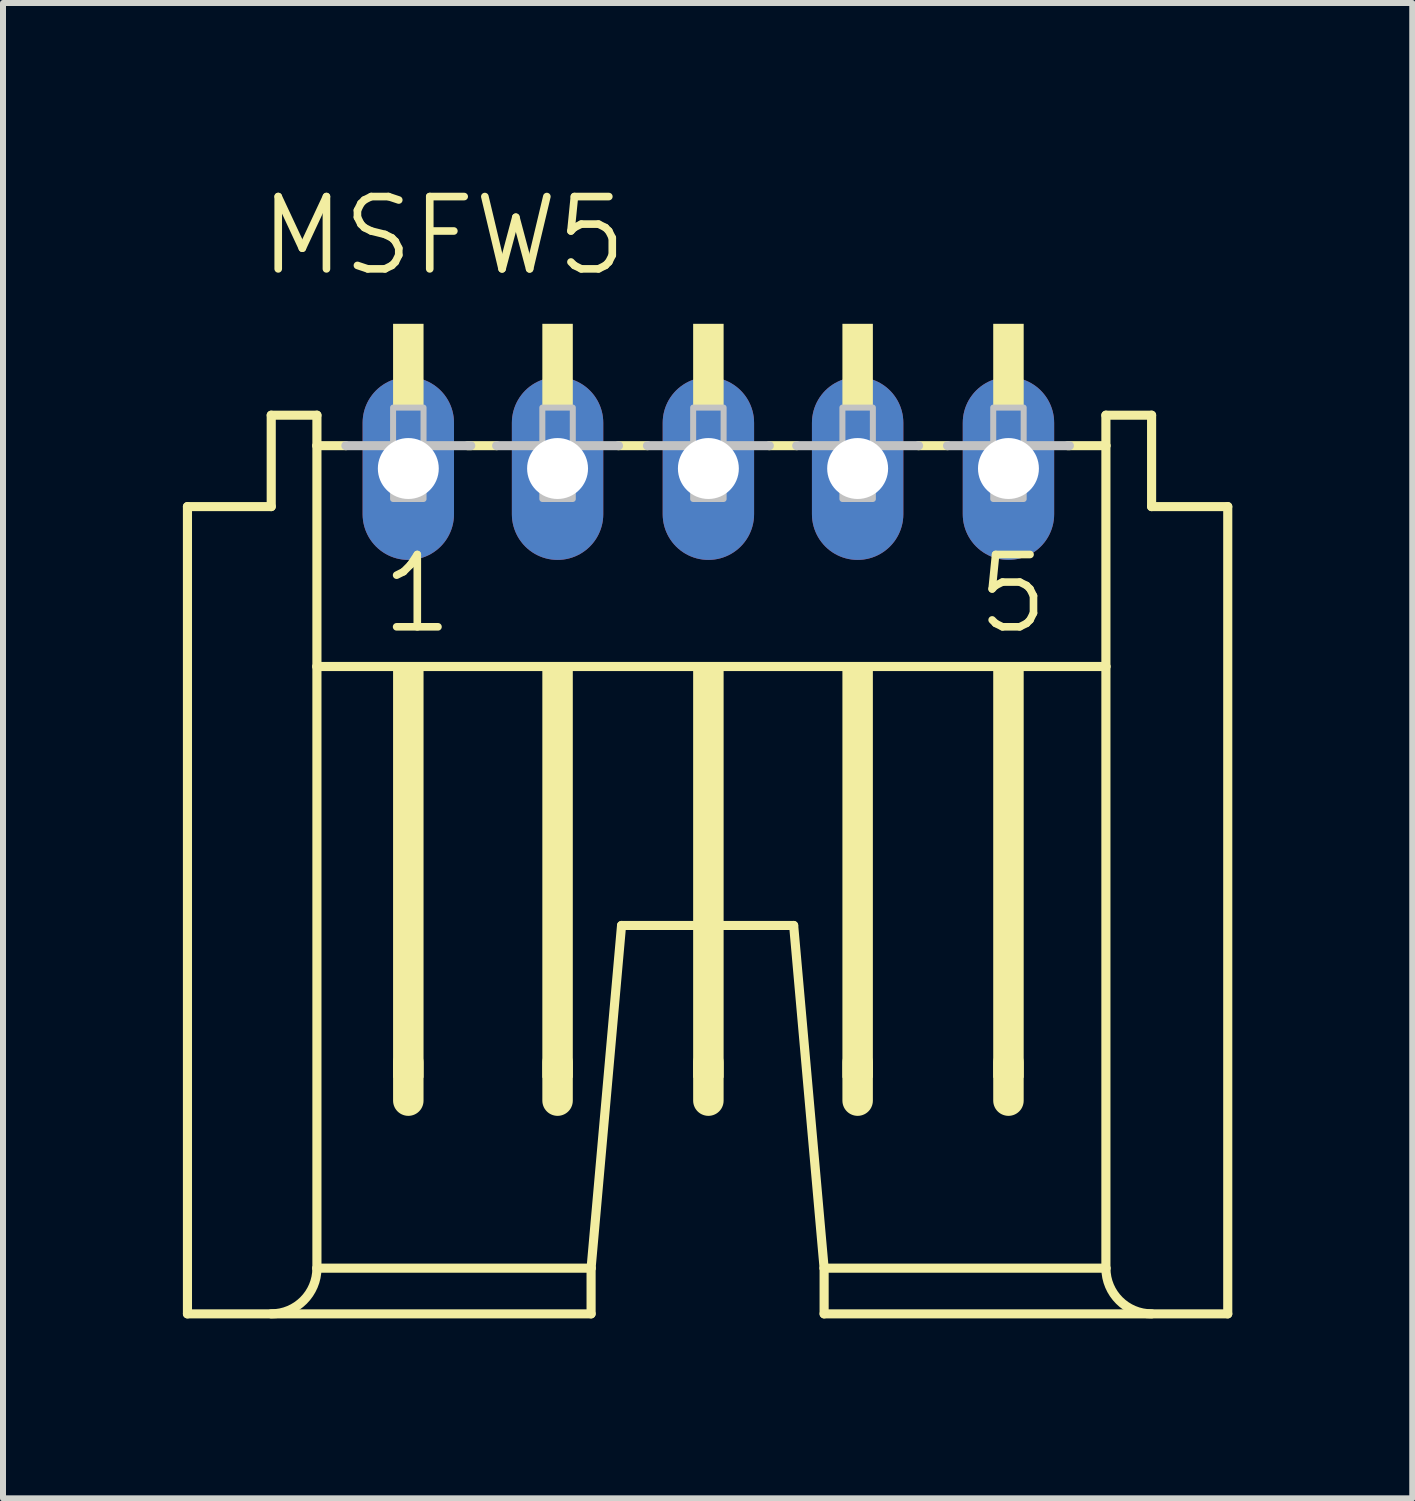
<source format=kicad_pcb>
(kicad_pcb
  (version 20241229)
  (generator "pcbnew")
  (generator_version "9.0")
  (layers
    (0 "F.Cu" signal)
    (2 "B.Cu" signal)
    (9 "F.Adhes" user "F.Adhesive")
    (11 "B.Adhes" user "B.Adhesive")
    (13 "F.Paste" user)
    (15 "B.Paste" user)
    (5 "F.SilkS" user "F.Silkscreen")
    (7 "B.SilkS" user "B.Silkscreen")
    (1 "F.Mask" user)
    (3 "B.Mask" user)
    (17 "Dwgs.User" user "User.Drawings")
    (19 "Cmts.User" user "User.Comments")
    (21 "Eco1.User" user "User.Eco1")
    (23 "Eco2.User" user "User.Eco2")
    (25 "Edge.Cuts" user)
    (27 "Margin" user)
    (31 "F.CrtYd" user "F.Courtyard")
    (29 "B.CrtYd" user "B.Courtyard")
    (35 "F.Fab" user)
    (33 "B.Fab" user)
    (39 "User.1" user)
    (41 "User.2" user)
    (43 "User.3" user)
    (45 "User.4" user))
  (footprint "MSFW5"
    (layer "F.Cu")
    (at 3.759 6.668)
    (property "Reference" "MSFW5" (at -2.54 -5.08 0) (layer "F.SilkS") (effects (font (size 1.206 1.206) (thickness 0.127)) (justify left bottom)))
    (attr through_hole)
    (fp_line (start -3.683 12.192) (end -3.683 -1.27) (stroke (width 0.152) (type solid)) (layer "F.SilkS"))
    (fp_line (start -3.683 12.192) (end 3.048 12.192) (stroke (width 0.152) (type solid)) (layer "F.SilkS"))
    (fp_line (start -2.286 -1.27) (end -3.683 -1.27) (stroke (width 0.152) (type solid)) (layer "F.SilkS"))
    (fp_line (start -2.286 -1.27) (end -2.286 -2.794) (stroke (width 0.152) (type solid)) (layer "F.SilkS"))
    (fp_line (start -1.524 -2.794) (end -2.286 -2.794) (stroke (width 0.152) (type solid)) (layer "F.SilkS"))
    (fp_line (start -1.524 -2.286) (end -1.524 -2.794) (stroke (width 0.152) (type solid)) (layer "F.SilkS"))
    (fp_line (start -1.524 1.397) (end -1.524 -2.286) (stroke (width 0.152) (type solid)) (layer "F.SilkS"))
    (fp_line (start -1.524 11.43) (end -1.524 1.397) (stroke (width 0.152) (type solid)) (layer "F.SilkS"))
    (fp_line (start -1.524 11.43) (end 3.048 11.43) (stroke (width 0.152) (type solid)) (layer "F.SilkS"))
    (fp_line (start -1.041 -2.286) (end -1.524 -2.286) (stroke (width 0.152) (type solid)) (layer "F.SilkS"))
    (fp_line (start 0 8.001) (end 0 8.636) (stroke (width 0.508) (type solid)) (layer "F.SilkS"))
    (fp_line (start 1.473 -2.286) (end 0.991 -2.286) (stroke (width 0.152) (type solid)) (layer "F.SilkS"))
    (fp_line (start 2.489 8.001) (end 2.489 8.636) (stroke (width 0.508) (type solid)) (layer "F.SilkS"))
    (fp_line (start 3.048 11.43) (end 3.556 5.715) (stroke (width 0.152) (type solid)) (layer "F.SilkS"))
    (fp_line (start 3.048 12.192) (end 3.048 11.43) (stroke (width 0.152) (type solid)) (layer "F.SilkS"))
    (fp_line (start 3.556 5.715) (end 6.426 5.715) (stroke (width 0.152) (type solid)) (layer "F.SilkS"))
    (fp_line (start 3.988 -2.286) (end 3.505 -2.286) (stroke (width 0.152) (type solid)) (layer "F.SilkS"))
    (fp_line (start 5.004 8.001) (end 5.004 8.636) (stroke (width 0.508) (type solid)) (layer "F.SilkS"))
    (fp_line (start 6.477 -2.286) (end 6.02 -2.286) (stroke (width 0.152) (type solid)) (layer "F.SilkS"))
    (fp_line (start 6.934 11.43) (end 6.426 5.715) (stroke (width 0.152) (type solid)) (layer "F.SilkS"))
    (fp_line (start 6.934 12.192) (end 6.934 11.43) (stroke (width 0.152) (type solid)) (layer "F.SilkS"))
    (fp_line (start 6.934 12.192) (end 13.665 12.192) (stroke (width 0.152) (type solid)) (layer "F.SilkS"))
    (fp_line (start 7.493 8.001) (end 7.493 8.636) (stroke (width 0.508) (type solid)) (layer "F.SilkS"))
    (fp_line (start 8.992 -2.286) (end 8.509 -2.286) (stroke (width 0.152) (type solid)) (layer "F.SilkS"))
    (fp_line (start 10.008 8.001) (end 10.008 8.636) (stroke (width 0.508) (type solid)) (layer "F.SilkS"))
    (fp_line (start 11.633 -2.794) (end 11.633 -2.286) (stroke (width 0.152) (type solid)) (layer "F.SilkS"))
    (fp_line (start 11.633 -2.286) (end 10.998 -2.286) (stroke (width 0.152) (type solid)) (layer "F.SilkS"))
    (fp_line (start 11.633 -2.286) (end 11.633 1.397) (stroke (width 0.152) (type solid)) (layer "F.SilkS"))
    (fp_line (start 11.633 1.397) (end -1.524 1.397) (stroke (width 0.152) (type solid)) (layer "F.SilkS"))
    (fp_line (start 11.633 1.397) (end 11.633 11.43) (stroke (width 0.152) (type solid)) (layer "F.SilkS"))
    (fp_line (start 11.633 11.43) (end 6.934 11.43) (stroke (width 0.152) (type solid)) (layer "F.SilkS"))
    (fp_line (start 12.395 -2.794) (end 11.633 -2.794) (stroke (width 0.152) (type solid)) (layer "F.SilkS"))
    (fp_line (start 12.395 -2.794) (end 12.395 -1.27) (stroke (width 0.152) (type solid)) (layer "F.SilkS"))
    (fp_line (start 13.665 -1.27) (end 12.395 -1.27) (stroke (width 0.152) (type solid)) (layer "F.SilkS"))
    (fp_line (start 13.665 -1.27) (end 13.665 12.192) (stroke (width 0.152) (type solid)) (layer "F.SilkS"))
    (fp_arc (start -1.524 11.43) (mid -1.747185 11.968815) (end -2.286 12.192) (stroke (width 0.1524) (type solid)) (layer "F.SilkS"))
    (fp_arc (start 12.3952 12.192) (mid 11.856385 11.968815) (end 11.6332 11.43) (stroke (width 0.1524) (type solid)) (layer "F.SilkS"))
    (fp_poly (pts (xy -0.254 -2.921) (xy 0.254 -2.921) (xy 0.254 -4.318) (xy -0.254 -4.318)) (stroke (width 0) (type solid)) (fill yes) (layer "F.SilkS"))
    (fp_poly (pts (xy -0.254 8.255) (xy 0.254 8.255) (xy 0.254 1.397) (xy -0.254 1.397)) (stroke (width 0) (type solid)) (fill yes) (layer "F.SilkS"))
    (fp_poly (pts (xy 2.235 -2.921) (xy 2.743 -2.921) (xy 2.743 -4.318) (xy 2.235 -4.318)) (stroke (width 0) (type solid)) (fill yes) (layer "F.SilkS"))
    (fp_poly (pts (xy 2.235 8.255) (xy 2.743 8.255) (xy 2.743 1.397) (xy 2.235 1.397)) (stroke (width 0) (type solid)) (fill yes) (layer "F.SilkS"))
    (fp_poly (pts (xy 4.75 -2.921) (xy 5.258 -2.921) (xy 5.258 -4.318) (xy 4.75 -4.318)) (stroke (width 0) (type solid)) (fill yes) (layer "F.SilkS"))
    (fp_poly (pts (xy 4.75 8.255) (xy 5.258 8.255) (xy 5.258 1.397) (xy 4.75 1.397)) (stroke (width 0) (type solid)) (fill yes) (layer "F.SilkS"))
    (fp_poly (pts (xy 7.239 -2.921) (xy 7.747 -2.921) (xy 7.747 -4.318) (xy 7.239 -4.318)) (stroke (width 0) (type solid)) (fill yes) (layer "F.SilkS"))
    (fp_poly (pts (xy 7.239 8.255) (xy 7.747 8.255) (xy 7.747 1.397) (xy 7.239 1.397)) (stroke (width 0) (type solid)) (fill yes) (layer "F.SilkS"))
    (fp_poly (pts (xy 9.754 -2.921) (xy 10.262 -2.921) (xy 10.262 -4.318) (xy 9.754 -4.318)) (stroke (width 0) (type solid)) (fill yes) (layer "F.SilkS"))
    (fp_poly (pts (xy 9.754 8.255) (xy 10.262 8.255) (xy 10.262 1.397) (xy 9.754 1.397)) (stroke (width 0) (type solid)) (fill yes) (layer "F.SilkS"))
    (fp_line (start -1.041 -2.286) (end 1.041 -2.286) (stroke (width 0.152) (type solid)) (layer "Dwgs.User"))
    (fp_line (start 1.473 -2.286) (end 3.505 -2.286) (stroke (width 0.152) (type solid)) (layer "Dwgs.User"))
    (fp_line (start 3.988 -2.286) (end 6.02 -2.286) (stroke (width 0.152) (type solid)) (layer "Dwgs.User"))
    (fp_line (start 6.477 -2.286) (end 8.509 -2.286) (stroke (width 0.152) (type solid)) (layer "Dwgs.User"))
    (fp_line (start 8.992 -2.286) (end 11.024 -2.286) (stroke (width 0.152) (type solid)) (layer "Dwgs.User"))
    (fp_poly (pts (xy -0.254 -1.397) (xy 0.254 -1.397) (xy 0.254 -2.921) (xy -0.254 -2.921)) (stroke (width 0.1) (type solid)) (fill no) (layer "Dwgs.User"))
    (fp_poly (pts (xy 2.235 -1.397) (xy 2.743 -1.397) (xy 2.743 -2.921) (xy 2.235 -2.921)) (stroke (width 0.1) (type solid)) (fill no) (layer "Dwgs.User"))
    (fp_poly (pts (xy 4.75 -1.397) (xy 5.258 -1.397) (xy 5.258 -2.921) (xy 4.75 -2.921)) (stroke (width 0.1) (type solid)) (fill no) (layer "Dwgs.User"))
    (fp_poly (pts (xy 7.239 -1.397) (xy 7.747 -1.397) (xy 7.747 -2.921) (xy 7.239 -2.921)) (stroke (width 0.1) (type solid)) (fill no) (layer "Dwgs.User"))
    (fp_poly (pts (xy 9.754 -1.397) (xy 10.262 -1.397) (xy 10.262 -2.921) (xy 9.754 -2.921)) (stroke (width 0.1) (type solid)) (fill no) (layer "Dwgs.User"))
    (fp_text user "5" (at 9.423 0.889 0) (layer "F.SilkS") (effects (font (size 1.206 1.206) (thickness 0.127)) (justify left bottom)))
    (fp_text user "1" (at -0.508 0.889 0) (layer "F.SilkS") (effects (font (size 1.206 1.206) (thickness 0.127)) (justify left bottom)))
    (pad "1" thru_hole oval (at 0 -1.905 90) (size 3.048 1.524) (drill 1.016) (layers "*.Cu" "*.Mask"))
    (pad "2" thru_hole oval (at 2.489 -1.905 90) (size 3.048 1.524) (drill 1.016) (layers "*.Cu" "*.Mask"))
    (pad "3" thru_hole oval (at 5.004 -1.905 90) (size 3.048 1.524) (drill 1.016) (layers "*.Cu" "*.Mask"))
    (pad "4" thru_hole oval (at 7.493 -1.905 90) (size 3.048 1.524) (drill 1.016) (layers "*.Cu" "*.Mask"))
    (pad "5" thru_hole oval (at 10.008 -1.905 90) (size 3.048 1.524) (drill 1.016) (layers "*.Cu" "*.Mask")))
  (gr_rect
    (start -3 -3)
    (end 20.501 21.936)
    (stroke (width 0.1) (type default))
    (fill no)
    (layer "Edge.Cuts")))
</source>
